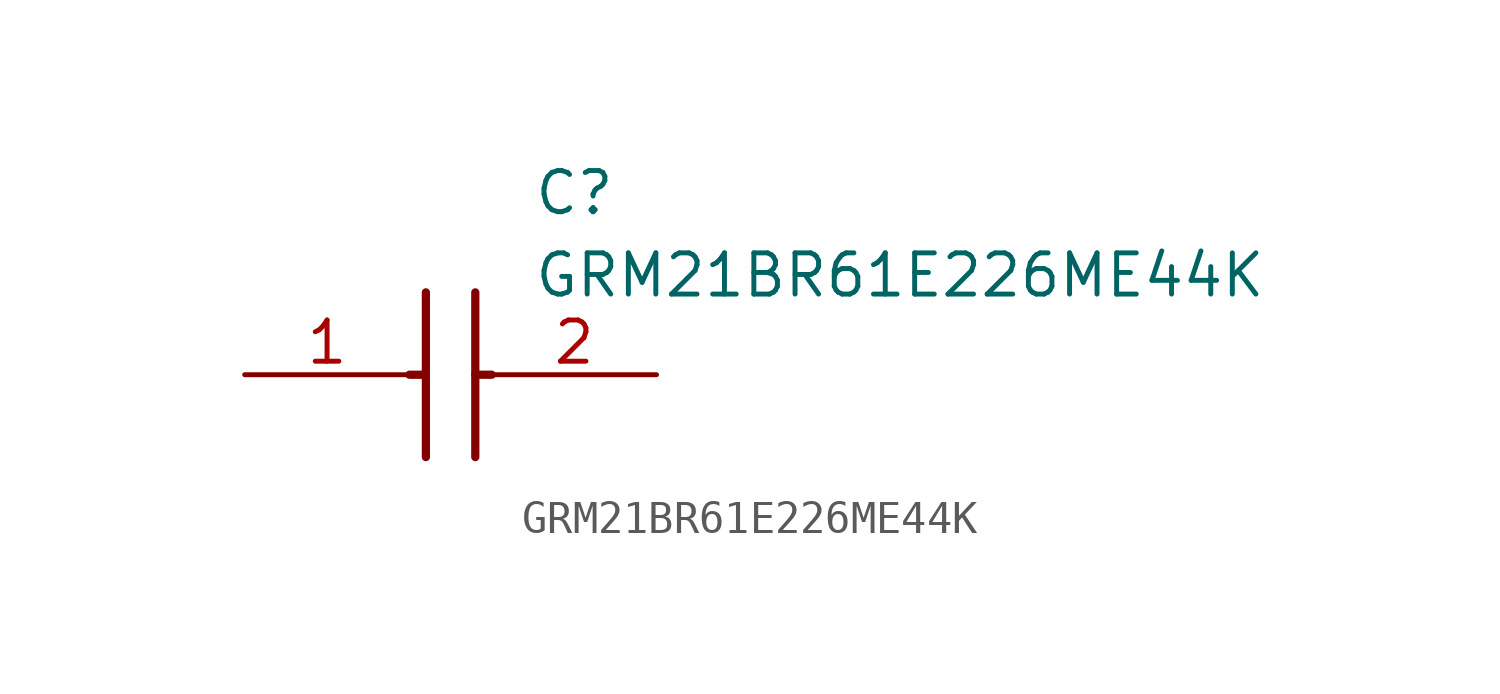
<source format=kicad_sym>
(kicad_symbol_lib
  (version 20211014)
  (generator SamacSys_ECAD_Model)
  (symbol "GRM21BR61E226ME44K"
    (pin_names hide)
    (property "Reference" "C"
      (at 8.89 6.35 0)
      (effects (font (size 1.27 1.27)) (justify left top)))
    (property "Value" "GRM21BR61E226ME44K"
      (at 8.89 3.81 0)
      (effects (font (size 1.27 1.27)) (justify left top)))
    (polyline
      (pts (xy 5.588 2.54) (xy 5.588 -2.54))
      (stroke (width 0.254) (type default))
      (fill (type none)))
    (polyline
      (pts (xy 7.112 2.54) (xy 7.112 -2.54))
      (stroke (width 0.254) (type default))
      (fill (type none)))
    (polyline
      (pts (xy 5.08 0) (xy 5.588 0))
      (stroke (width 0.254) (type default))
      (fill (type none)))
    (polyline
      (pts (xy 7.112 0) (xy 7.62 0))
      (stroke (width 0.254) (type default))
      (fill (type none)))
    (pin passive line
      (at 0 0 0)
      (length 5.08)
      (name "1" (effects (font (size 1.27 1.27))))
      (number "1" (effects (font (size 1.27 1.27)))))
    (pin passive line
      (at 12.7 0 180)
      (length 5.08)
      (name "2" (effects (font (size 1.27 1.27))))
      (number "2" (effects (font (size 1.27 1.27)))))))
</source>
